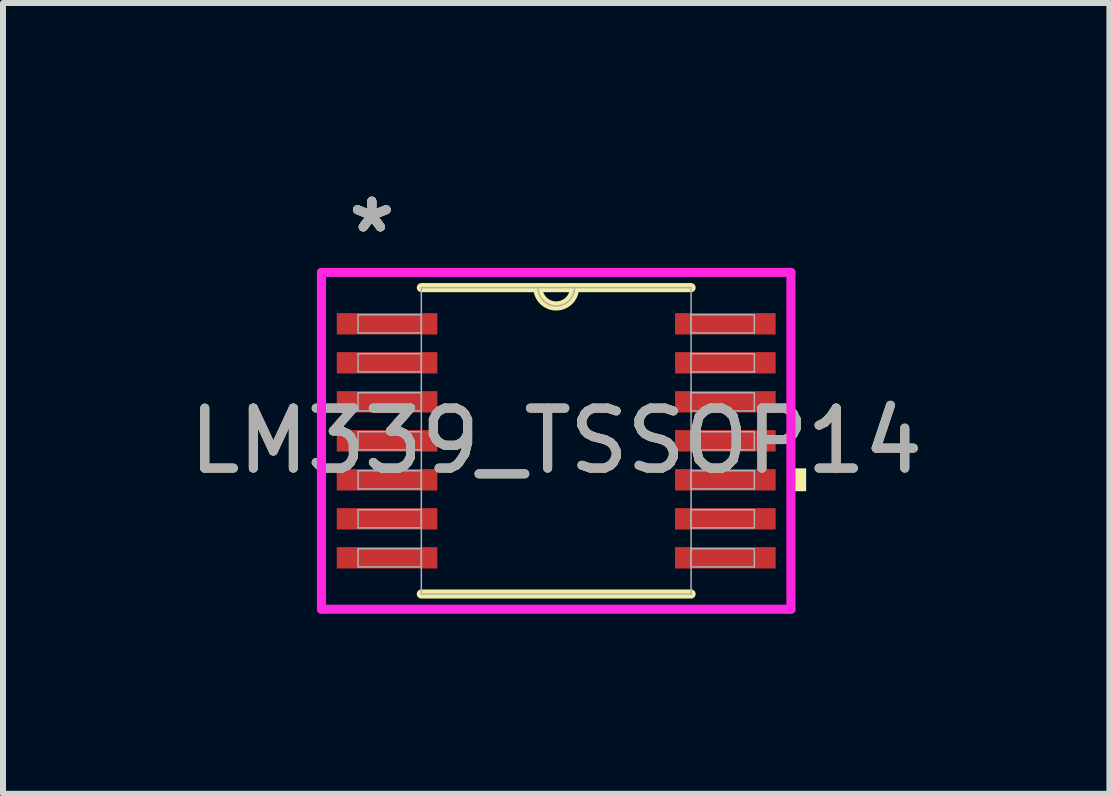
<source format=kicad_pcb>
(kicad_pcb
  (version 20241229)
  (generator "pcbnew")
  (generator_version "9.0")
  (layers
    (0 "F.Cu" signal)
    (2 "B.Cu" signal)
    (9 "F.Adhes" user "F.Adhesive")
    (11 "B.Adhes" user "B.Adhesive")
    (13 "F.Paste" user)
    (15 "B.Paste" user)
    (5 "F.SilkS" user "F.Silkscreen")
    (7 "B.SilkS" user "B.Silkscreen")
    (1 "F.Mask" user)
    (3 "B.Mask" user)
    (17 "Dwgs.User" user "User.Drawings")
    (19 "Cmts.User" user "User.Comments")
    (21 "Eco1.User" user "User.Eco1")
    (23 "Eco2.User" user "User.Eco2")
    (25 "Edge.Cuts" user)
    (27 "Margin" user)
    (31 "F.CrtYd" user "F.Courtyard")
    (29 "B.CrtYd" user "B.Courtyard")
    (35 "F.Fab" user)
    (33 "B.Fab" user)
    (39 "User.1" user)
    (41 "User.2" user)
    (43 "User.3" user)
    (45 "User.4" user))
  (footprint "LM339_TSSOP14"
    (layer "F.Cu")
    (at 6.22 4.297)
    (property "Reference" "LM339_TSSOP14" (at 0 0 0) (unlocked yes) (layer "F.SilkS") (effects (font (size 1 1) (thickness 0.15))))
    (attr smd)
    (fp_line (start -2.248 2.553) (end 2.248 2.553) (stroke (width 0.152) (type solid)) (layer "F.SilkS"))
    (fp_line (start 2.248 -2.553) (end -2.248 -2.553) (stroke (width 0.152) (type solid)) (layer "F.SilkS"))
    (fp_arc (start 0.3048 -2.5527) (mid 0 -2.2479) (end -0.3048 -2.5527) (stroke (width 0.1524) (type solid)) (layer "F.SilkS"))
    (fp_poly (pts (xy 4.166 0.459) (xy 4.166 0.84) (xy 3.912 0.84) (xy 3.912 0.459)) (stroke (width 0) (type solid)) (fill yes) (layer "F.SilkS"))
    (fp_line (start -3.912 -2.807) (end 3.912 -2.807) (stroke (width 0.152) (type solid)) (layer "F.CrtYd"))
    (fp_line (start -3.912 2.807) (end -3.912 -2.807) (stroke (width 0.152) (type solid)) (layer "F.CrtYd"))
    (fp_line (start 3.912 -2.807) (end 3.912 2.807) (stroke (width 0.152) (type solid)) (layer "F.CrtYd"))
    (fp_line (start 3.912 2.807) (end -3.912 2.807) (stroke (width 0.152) (type solid)) (layer "F.CrtYd"))
    (fp_line (start -3.302 -2.102) (end -3.302 -1.798) (stroke (width 0.025) (type solid)) (layer "F.Fab"))
    (fp_line (start -3.302 -1.798) (end -2.248 -1.798) (stroke (width 0.025) (type solid)) (layer "F.Fab"))
    (fp_line (start -3.302 -1.452) (end -3.302 -1.148) (stroke (width 0.025) (type solid)) (layer "F.Fab"))
    (fp_line (start -3.302 -1.148) (end -2.248 -1.148) (stroke (width 0.025) (type solid)) (layer "F.Fab"))
    (fp_line (start -3.302 -0.802) (end -3.302 -0.498) (stroke (width 0.025) (type solid)) (layer "F.Fab"))
    (fp_line (start -3.302 -0.498) (end -2.248 -0.498) (stroke (width 0.025) (type solid)) (layer "F.Fab"))
    (fp_line (start -3.302 -0.152) (end -3.302 0.152) (stroke (width 0.025) (type solid)) (layer "F.Fab"))
    (fp_line (start -3.302 0.152) (end -2.248 0.152) (stroke (width 0.025) (type solid)) (layer "F.Fab"))
    (fp_line (start -3.302 0.498) (end -3.302 0.802) (stroke (width 0.025) (type solid)) (layer "F.Fab"))
    (fp_line (start -3.302 0.802) (end -2.248 0.802) (stroke (width 0.025) (type solid)) (layer "F.Fab"))
    (fp_line (start -3.302 1.148) (end -3.302 1.452) (stroke (width 0.025) (type solid)) (layer "F.Fab"))
    (fp_line (start -3.302 1.452) (end -2.248 1.452) (stroke (width 0.025) (type solid)) (layer "F.Fab"))
    (fp_line (start -3.302 1.798) (end -3.302 2.102) (stroke (width 0.025) (type solid)) (layer "F.Fab"))
    (fp_line (start -3.302 2.102) (end -2.248 2.102) (stroke (width 0.025) (type solid)) (layer "F.Fab"))
    (fp_line (start -2.248 -2.553) (end -2.248 2.553) (stroke (width 0.025) (type solid)) (layer "F.Fab"))
    (fp_line (start -2.248 -2.102) (end -3.302 -2.102) (stroke (width 0.025) (type solid)) (layer "F.Fab"))
    (fp_line (start -2.248 -1.798) (end -2.248 -2.102) (stroke (width 0.025) (type solid)) (layer "F.Fab"))
    (fp_line (start -2.248 -1.452) (end -3.302 -1.452) (stroke (width 0.025) (type solid)) (layer "F.Fab"))
    (fp_line (start -2.248 -1.148) (end -2.248 -1.452) (stroke (width 0.025) (type solid)) (layer "F.Fab"))
    (fp_line (start -2.248 -0.802) (end -3.302 -0.802) (stroke (width 0.025) (type solid)) (layer "F.Fab"))
    (fp_line (start -2.248 -0.498) (end -2.248 -0.802) (stroke (width 0.025) (type solid)) (layer "F.Fab"))
    (fp_line (start -2.248 -0.152) (end -3.302 -0.152) (stroke (width 0.025) (type solid)) (layer "F.Fab"))
    (fp_line (start -2.248 0.152) (end -2.248 -0.152) (stroke (width 0.025) (type solid)) (layer "F.Fab"))
    (fp_line (start -2.248 0.498) (end -3.302 0.498) (stroke (width 0.025) (type solid)) (layer "F.Fab"))
    (fp_line (start -2.248 0.802) (end -2.248 0.498) (stroke (width 0.025) (type solid)) (layer "F.Fab"))
    (fp_line (start -2.248 1.148) (end -3.302 1.148) (stroke (width 0.025) (type solid)) (layer "F.Fab"))
    (fp_line (start -2.248 1.452) (end -2.248 1.148) (stroke (width 0.025) (type solid)) (layer "F.Fab"))
    (fp_line (start -2.248 1.798) (end -3.302 1.798) (stroke (width 0.025) (type solid)) (layer "F.Fab"))
    (fp_line (start -2.248 2.102) (end -2.248 1.798) (stroke (width 0.025) (type solid)) (layer "F.Fab"))
    (fp_line (start -2.248 2.553) (end 2.248 2.553) (stroke (width 0.025) (type solid)) (layer "F.Fab"))
    (fp_line (start 2.248 -2.553) (end -2.248 -2.553) (stroke (width 0.025) (type solid)) (layer "F.Fab"))
    (fp_line (start 2.248 -2.102) (end 2.248 -1.798) (stroke (width 0.025) (type solid)) (layer "F.Fab"))
    (fp_line (start 2.248 -1.798) (end 3.302 -1.798) (stroke (width 0.025) (type solid)) (layer "F.Fab"))
    (fp_line (start 2.248 -1.452) (end 2.248 -1.148) (stroke (width 0.025) (type solid)) (layer "F.Fab"))
    (fp_line (start 2.248 -1.148) (end 3.302 -1.148) (stroke (width 0.025) (type solid)) (layer "F.Fab"))
    (fp_line (start 2.248 -0.802) (end 2.248 -0.498) (stroke (width 0.025) (type solid)) (layer "F.Fab"))
    (fp_line (start 2.248 -0.498) (end 3.302 -0.498) (stroke (width 0.025) (type solid)) (layer "F.Fab"))
    (fp_line (start 2.248 -0.152) (end 2.248 0.152) (stroke (width 0.025) (type solid)) (layer "F.Fab"))
    (fp_line (start 2.248 0.152) (end 3.302 0.152) (stroke (width 0.025) (type solid)) (layer "F.Fab"))
    (fp_line (start 2.248 0.498) (end 2.248 0.802) (stroke (width 0.025) (type solid)) (layer "F.Fab"))
    (fp_line (start 2.248 0.802) (end 3.302 0.802) (stroke (width 0.025) (type solid)) (layer "F.Fab"))
    (fp_line (start 2.248 1.148) (end 2.248 1.452) (stroke (width 0.025) (type solid)) (layer "F.Fab"))
    (fp_line (start 2.248 1.452) (end 3.302 1.452) (stroke (width 0.025) (type solid)) (layer "F.Fab"))
    (fp_line (start 2.248 1.798) (end 2.248 2.102) (stroke (width 0.025) (type solid)) (layer "F.Fab"))
    (fp_line (start 2.248 2.102) (end 3.302 2.102) (stroke (width 0.025) (type solid)) (layer "F.Fab"))
    (fp_line (start 2.248 2.553) (end 2.248 -2.553) (stroke (width 0.025) (type solid)) (layer "F.Fab"))
    (fp_line (start 3.302 -2.102) (end 2.248 -2.102) (stroke (width 0.025) (type solid)) (layer "F.Fab"))
    (fp_line (start 3.302 -1.798) (end 3.302 -2.102) (stroke (width 0.025) (type solid)) (layer "F.Fab"))
    (fp_line (start 3.302 -1.452) (end 2.248 -1.452) (stroke (width 0.025) (type solid)) (layer "F.Fab"))
    (fp_line (start 3.302 -1.148) (end 3.302 -1.452) (stroke (width 0.025) (type solid)) (layer "F.Fab"))
    (fp_line (start 3.302 -0.802) (end 2.248 -0.802) (stroke (width 0.025) (type solid)) (layer "F.Fab"))
    (fp_line (start 3.302 -0.498) (end 3.302 -0.802) (stroke (width 0.025) (type solid)) (layer "F.Fab"))
    (fp_line (start 3.302 -0.152) (end 2.248 -0.152) (stroke (width 0.025) (type solid)) (layer "F.Fab"))
    (fp_line (start 3.302 0.152) (end 3.302 -0.152) (stroke (width 0.025) (type solid)) (layer "F.Fab"))
    (fp_line (start 3.302 0.498) (end 2.248 0.498) (stroke (width 0.025) (type solid)) (layer "F.Fab"))
    (fp_line (start 3.302 0.802) (end 3.302 0.498) (stroke (width 0.025) (type solid)) (layer "F.Fab"))
    (fp_line (start 3.302 1.148) (end 2.248 1.148) (stroke (width 0.025) (type solid)) (layer "F.Fab"))
    (fp_line (start 3.302 1.452) (end 3.302 1.148) (stroke (width 0.025) (type solid)) (layer "F.Fab"))
    (fp_line (start 3.302 1.798) (end 2.248 1.798) (stroke (width 0.025) (type solid)) (layer "F.Fab"))
    (fp_line (start 3.302 2.102) (end 3.302 1.798) (stroke (width 0.025) (type solid)) (layer "F.Fab"))
    (fp_arc (start 0.3048 -2.5527) (mid 0 -2.2479) (end -0.3048 -2.5527) (stroke (width 0.0254) (type solid)) (layer "F.Fab"))
    (fp_text user "*" (at -3.073 -3.449 0) (layer "F.SilkS") (effects (font (size 1 1) (thickness 0.15))))
    (fp_text user "*" (at -3.073 -3.449 0) (unlocked yes) (layer "F.SilkS") (effects (font (size 1 1) (thickness 0.15))))
    (fp_text user "${REFERENCE}" (at 0 0 0) (unlocked yes) (layer "F.Fab") (effects (font (size 1 1) (thickness 0.15))))
    (fp_text user "*" (at -3.073 -3.449 0) (layer "F.Fab") (effects (font (size 1 1) (thickness 0.15))))
    (fp_text user "*" (at -3.073 -3.449 0) (unlocked yes) (layer "F.Fab") (effects (font (size 1 1) (thickness 0.15))))
    (pad "1" smd rect (at -2.819 -1.95) (size 1.676 0.356) (layers "F.Cu" "F.Mask" "F.Paste"))
    (pad "2" smd rect (at -2.819 -1.3) (size 1.676 0.356) (layers "F.Cu" "F.Mask" "F.Paste"))
    (pad "3" smd rect (at -2.819 -0.65) (size 1.676 0.356) (layers "F.Cu" "F.Mask" "F.Paste"))
    (pad "4" smd rect (at -2.819 0) (size 1.676 0.356) (layers "F.Cu" "F.Mask" "F.Paste"))
    (pad "5" smd rect (at -2.819 0.65) (size 1.676 0.356) (layers "F.Cu" "F.Mask" "F.Paste"))
    (pad "6" smd rect (at -2.819 1.3) (size 1.676 0.356) (layers "F.Cu" "F.Mask" "F.Paste"))
    (pad "7" smd rect (at -2.819 1.95) (size 1.676 0.356) (layers "F.Cu" "F.Mask" "F.Paste"))
    (pad "8" smd rect (at 2.819 1.95) (size 1.676 0.356) (layers "F.Cu" "F.Mask" "F.Paste"))
    (pad "9" smd rect (at 2.819 1.3) (size 1.676 0.356) (layers "F.Cu" "F.Mask" "F.Paste"))
    (pad "10" smd rect (at 2.819 0.65) (size 1.676 0.356) (layers "F.Cu" "F.Mask" "F.Paste"))
    (pad "11" smd rect (at 2.819 0) (size 1.676 0.356) (layers "F.Cu" "F.Mask" "F.Paste"))
    (pad "12" smd rect (at 2.819 -0.65) (size 1.676 0.356) (layers "F.Cu" "F.Mask" "F.Paste"))
    (pad "13" smd rect (at 2.819 -1.3) (size 1.676 0.356) (layers "F.Cu" "F.Mask" "F.Paste"))
    (pad "14" smd rect (at 2.819 -1.95) (size 1.676 0.356) (layers "F.Cu" "F.Mask" "F.Paste")))
  (gr_rect
    (start -3 -3)
    (end 15.44 10.18)
    (stroke (width 0.1) (type default))
    (fill no)
    (layer "Edge.Cuts")))
</source>
